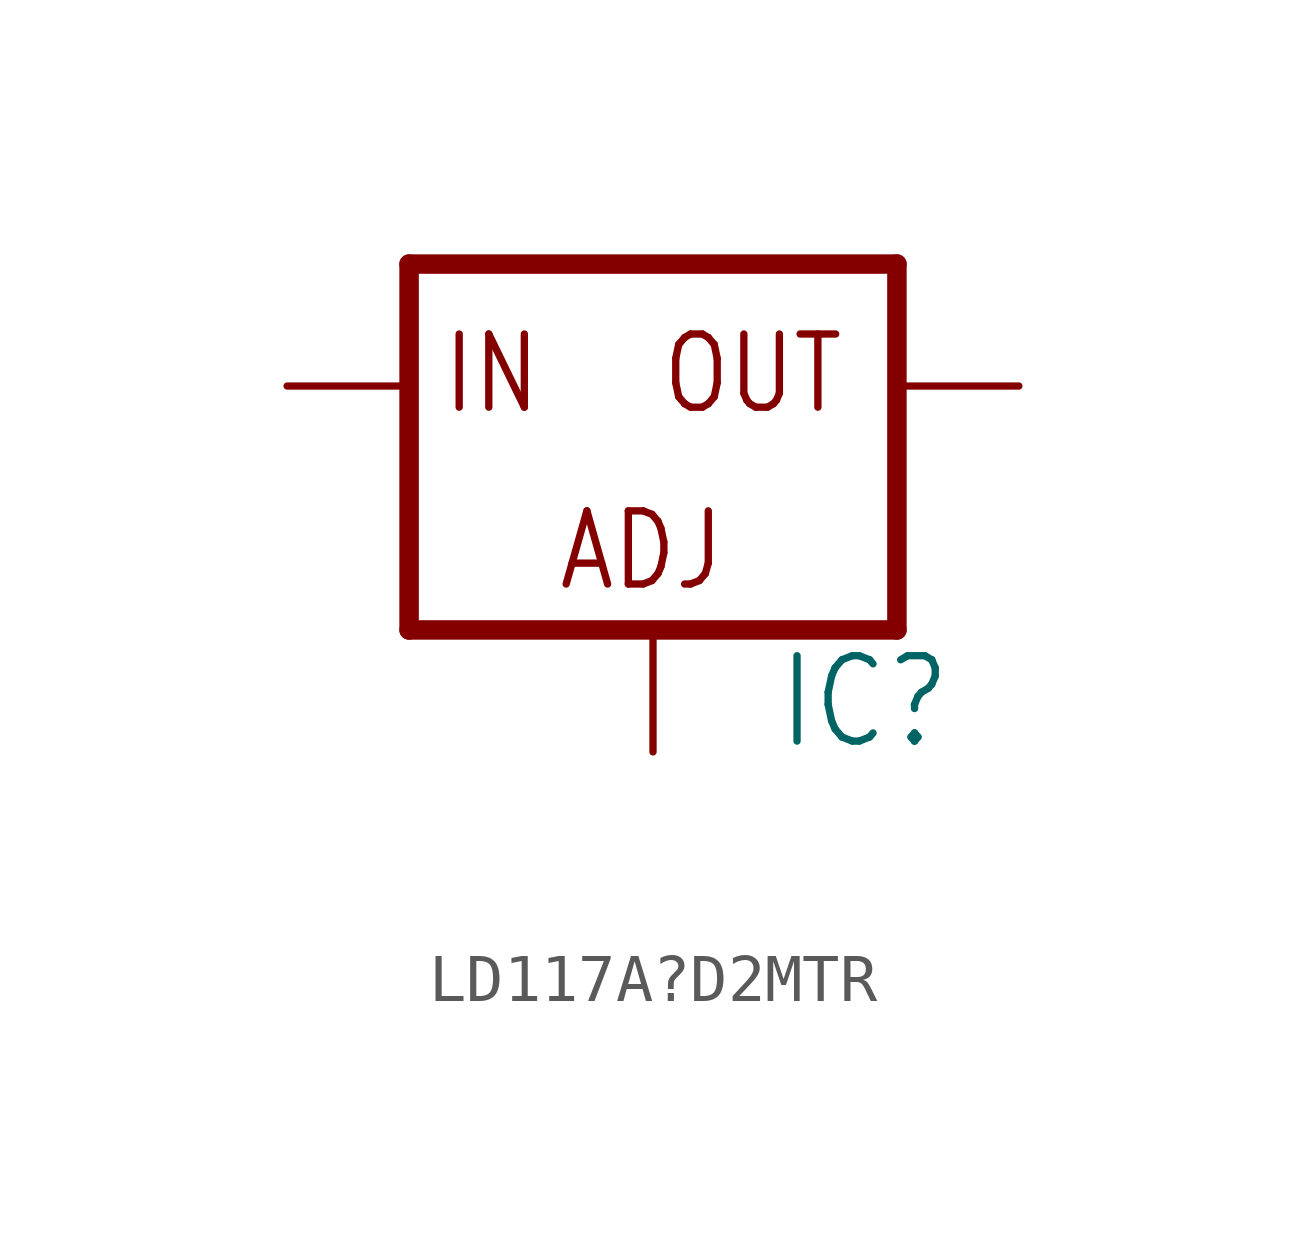
<source format=kicad_sym>
(kicad_symbol_lib
  (version 20220914)
  (generator kicad_symbol_editor)
  (symbol "LD117A?D2MTR"
    (property "Reference" "IC"
      (at 2.54 -7.62 0)
      (effects (font (size 1.778 1.511)) (justify left bottom)))
    (property "Value" ""
      (at 2.54 -10.16 0)
      (effects (font (size 1.778 1.511)) (justify left bottom)))
    (property "ki_locked" ""
      (at 0 0 0)
      (effects (font (size 1.27 1.27))))
    (symbol "LD117A?D2MTR_1_0"
      (polyline (pts (xy -5.08 -5.08) (xy 5.08 -5.08)) (stroke (width 0.406) (type solid)) (fill (type none)))
      (polyline (pts (xy -5.08 2.54) (xy -5.08 -5.08)) (stroke (width 0.406) (type solid)) (fill (type none)))
      (polyline (pts (xy 5.08 -5.08) (xy 5.08 2.54)) (stroke (width 0.406) (type solid)) (fill (type none)))
      (polyline (pts (xy 5.08 2.54) (xy -5.08 2.54)) (stroke (width 0.406) (type solid)) (fill (type none)))
      (text "ADJ" (at -2.032 -4.318 0) (effects (font (size 1.524 1.295)) (justify left bottom)))
      (text "IN" (at -4.445 -0.635 0) (effects (font (size 1.524 1.295)) (justify left bottom)))
      (text "OUT" (at 0.127 -0.635 0) (effects (font (size 1.524 1.295)) (justify left bottom)))
      (pin input line (at 0 -7.62 90) (length 2.54) (name "ADJ" (effects (font (size 0 0)))) (number "1" (effects (font (size 0 0)))))
      (pin passive line (at 7.62 0 180) (length 2.54) (name "OUT" (effects (font (size 0 0)))) (number "2" (effects (font (size 0 0)))))
      (pin input line (at -7.62 0 0) (length 2.54) (name "IN" (effects (font (size 0 0)))) (number "3" (effects (font (size 0 0))))))))
</source>
